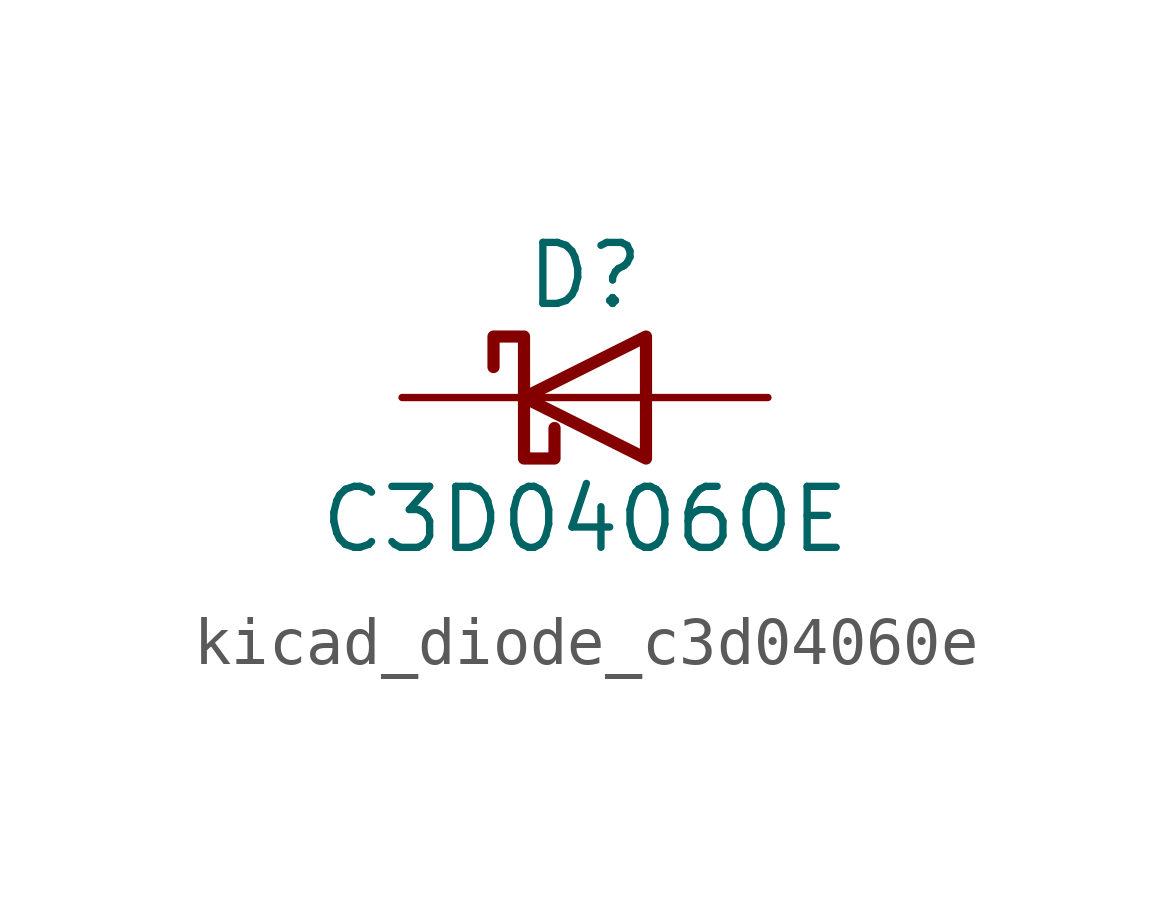
<source format=kicad_sym>
(kicad_symbol_lib
  (version 20220914)
  (generator kicad_symbol_editor)
  (symbol "kicad_diode_c3d04060e"
    (pin_numbers hide)
    (pin_names
      (offset 1.016) hide)
    (property "Reference" "D"
      (at 0 2.54 0)
      (effects (font (size 1.27 1.27))))
    (property "Value" "C3D04060E"
      (at 0 -2.54 0)
      (effects (font (size 1.27 1.27))))
    (symbol "kicad_diode_c3d04060e_0_1"
      (polyline (pts (xy 1.27 0) (xy -1.27 0)) (stroke (width 0) (type default)) (fill (type none)))
      (polyline (pts (xy 1.27 1.27) (xy 1.27 -1.27) (xy -1.27 0) (xy 1.27 1.27)) (stroke (width 0.254) (type default)) (fill (type none)))
      (polyline (pts (xy -1.905 0.635) (xy -1.905 1.27) (xy -1.27 1.27) (xy -1.27 -1.27) (xy -0.635 -1.27) (xy -0.635 -0.635)) (stroke (width 0.254) (type default)) (fill (type none))))
    (symbol "kicad_diode_c3d04060e_1_1"
      (pin passive line (at -3.81 0 0) (length 2.54) (name "K" (effects (font (size 1.27 1.27)))) (number "1" (effects (font (size 1.27 1.27)))))
      (pin passive line (at 3.81 0 180) (length 2.54) (name "A" (effects (font (size 1.27 1.27)))) (number "2" (effects (font (size 1.27 1.27))))))))
</source>
